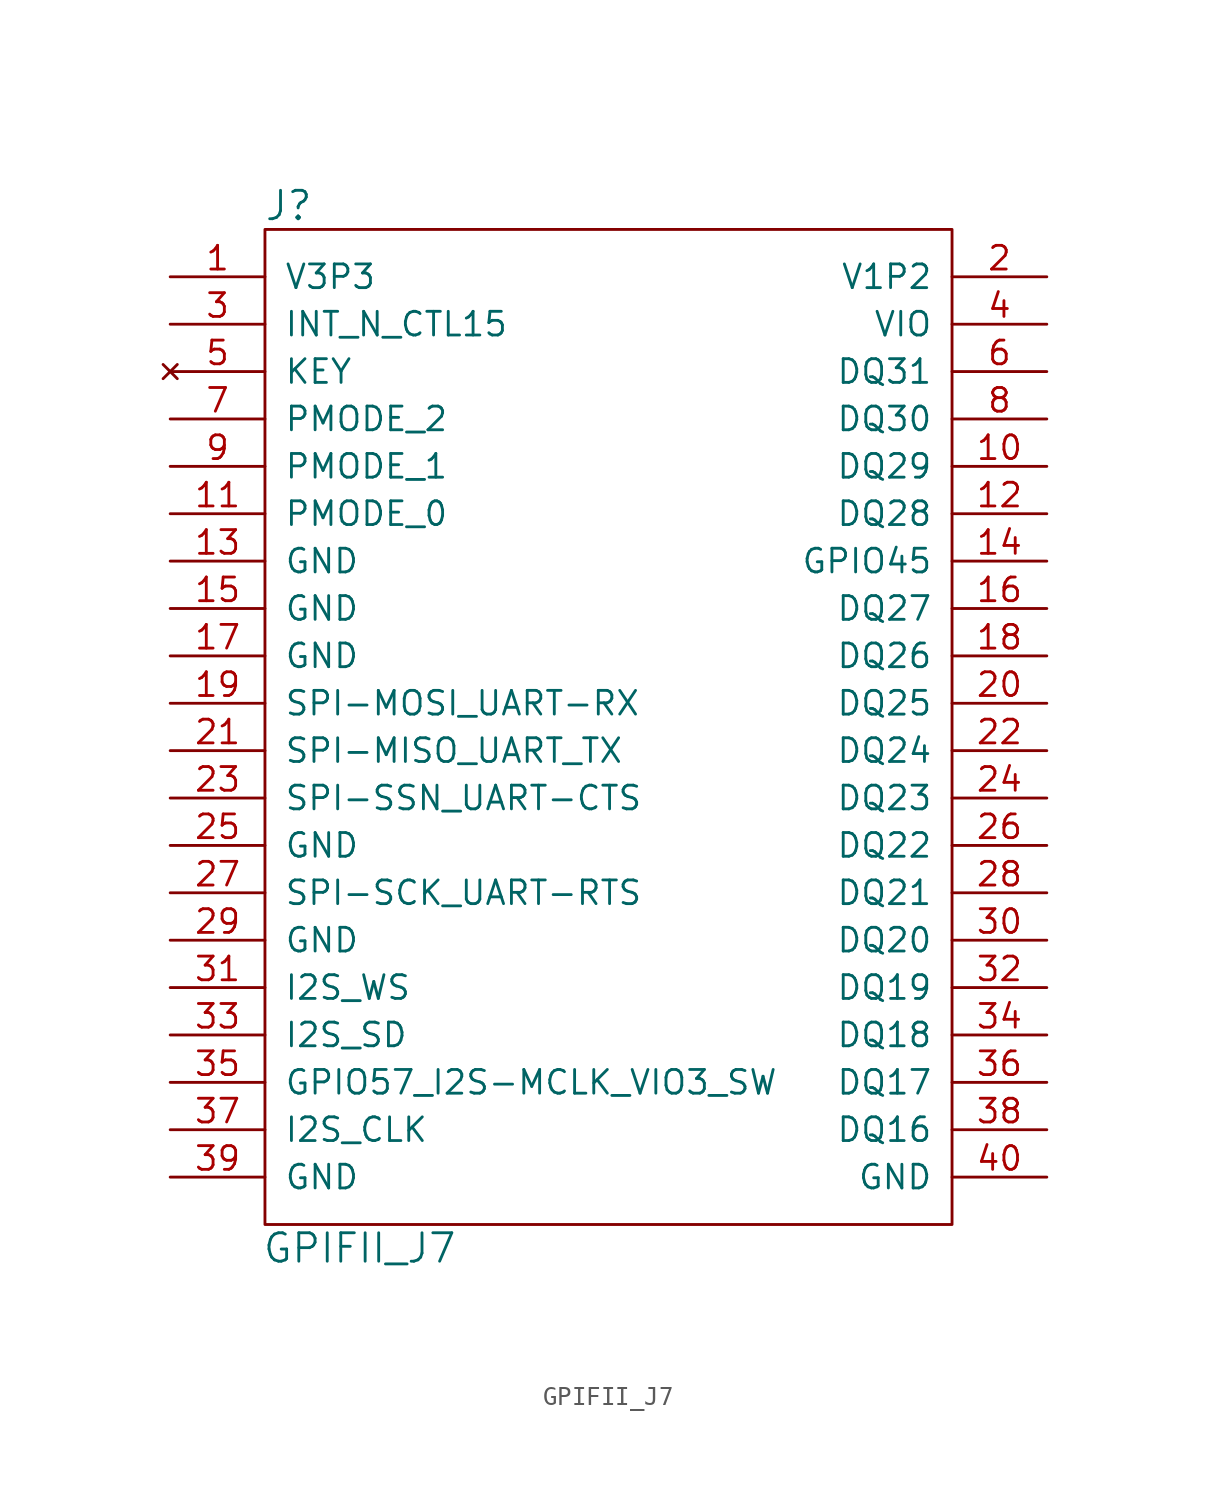
<source format=kicad_sym>
(kicad_symbol_lib
  (version 20220914)
  (generator kicad_symbol_editor)
  (symbol "GPIFII_J7"
    (pin_names
      (offset 1.016))
    (property "Reference" "J"
      (at -17.78 26.67 0)
      (effects (font (size 1.524 1.524))))
    (property "Value" "GPIFII_J7"
      (at -13.97 -29.21 0)
      (effects (font (size 1.524 1.524))))
    (symbol "GPIFII_J7_0_1"
      (rectangle (start -19.05 25.4) (end 17.78 -27.94) (stroke (width 0) (type solid)) (fill (type none))))
    (symbol "GPIFII_J7_1_1"
      (pin power_in line (at -24.13 22.86 0) (length 5.08) (name "V3P3" (effects (font (size 1.27 1.27)))) (number "1" (effects (font (size 1.27 1.27)))))
      (pin bidirectional line (at 22.86 12.7 180) (length 5.08) (name "DQ29" (effects (font (size 1.27 1.27)))) (number "10" (effects (font (size 1.27 1.27)))))
      (pin bidirectional line (at -24.13 10.16 0) (length 5.08) (name "PMODE_0" (effects (font (size 1.27 1.27)))) (number "11" (effects (font (size 1.27 1.27)))))
      (pin bidirectional line (at 22.86 10.16 180) (length 5.08) (name "DQ28" (effects (font (size 1.27 1.27)))) (number "12" (effects (font (size 1.27 1.27)))))
      (pin power_in line (at -24.13 7.62 0) (length 5.08) (name "GND" (effects (font (size 1.27 1.27)))) (number "13" (effects (font (size 1.27 1.27)))))
      (pin bidirectional line (at 22.86 7.62 180) (length 5.08) (name "GPIO45" (effects (font (size 1.27 1.27)))) (number "14" (effects (font (size 1.27 1.27)))))
      (pin power_in line (at -24.13 5.08 0) (length 5.08) (name "GND" (effects (font (size 1.27 1.27)))) (number "15" (effects (font (size 1.27 1.27)))))
      (pin bidirectional line (at 22.86 5.08 180) (length 5.08) (name "DQ27" (effects (font (size 1.27 1.27)))) (number "16" (effects (font (size 1.27 1.27)))))
      (pin power_in line (at -24.13 2.54 0) (length 5.08) (name "GND" (effects (font (size 1.27 1.27)))) (number "17" (effects (font (size 1.27 1.27)))))
      (pin bidirectional line (at 22.86 2.54 180) (length 5.08) (name "DQ26" (effects (font (size 1.27 1.27)))) (number "18" (effects (font (size 1.27 1.27)))))
      (pin bidirectional line (at -24.13 0 0) (length 5.08) (name "SPI-MOSI_UART-RX" (effects (font (size 1.27 1.27)))) (number "19" (effects (font (size 1.27 1.27)))))
      (pin power_in line (at 22.86 22.86 180) (length 5.08) (name "V1P2" (effects (font (size 1.27 1.27)))) (number "2" (effects (font (size 1.27 1.27)))))
      (pin bidirectional line (at 22.86 0 180) (length 5.08) (name "DQ25" (effects (font (size 1.27 1.27)))) (number "20" (effects (font (size 1.27 1.27)))))
      (pin bidirectional line (at -24.13 -2.54 0) (length 5.08) (name "SPI-MISO_UART_TX" (effects (font (size 1.27 1.27)))) (number "21" (effects (font (size 1.27 1.27)))))
      (pin bidirectional line (at 22.86 -2.54 180) (length 5.08) (name "DQ24" (effects (font (size 1.27 1.27)))) (number "22" (effects (font (size 1.27 1.27)))))
      (pin bidirectional line (at -24.13 -5.08 0) (length 5.08) (name "SPI-SSN_UART-CTS" (effects (font (size 1.27 1.27)))) (number "23" (effects (font (size 1.27 1.27)))))
      (pin bidirectional line (at 22.86 -5.08 180) (length 5.08) (name "DQ23" (effects (font (size 1.27 1.27)))) (number "24" (effects (font (size 1.27 1.27)))))
      (pin power_in line (at -24.13 -7.62 0) (length 5.08) (name "GND" (effects (font (size 1.27 1.27)))) (number "25" (effects (font (size 1.27 1.27)))))
      (pin bidirectional line (at 22.86 -7.62 180) (length 5.08) (name "DQ22" (effects (font (size 1.27 1.27)))) (number "26" (effects (font (size 1.27 1.27)))))
      (pin bidirectional line (at -24.13 -10.16 0) (length 5.08) (name "SPI-SCK_UART-RTS" (effects (font (size 1.27 1.27)))) (number "27" (effects (font (size 1.27 1.27)))))
      (pin bidirectional line (at 22.86 -10.16 180) (length 5.08) (name "DQ21" (effects (font (size 1.27 1.27)))) (number "28" (effects (font (size 1.27 1.27)))))
      (pin power_in line (at -24.13 -12.7 0) (length 5.08) (name "GND" (effects (font (size 1.27 1.27)))) (number "29" (effects (font (size 1.27 1.27)))))
      (pin bidirectional line (at -24.13 20.32 0) (length 5.08) (name "INT_N_CTL15" (effects (font (size 1.27 1.27)))) (number "3" (effects (font (size 1.27 1.27)))))
      (pin bidirectional line (at 22.86 -12.7 180) (length 5.08) (name "DQ20" (effects (font (size 1.27 1.27)))) (number "30" (effects (font (size 1.27 1.27)))))
      (pin bidirectional line (at -24.13 -15.24 0) (length 5.08) (name "I2S_WS" (effects (font (size 1.27 1.27)))) (number "31" (effects (font (size 1.27 1.27)))))
      (pin bidirectional line (at 22.86 -15.24 180) (length 5.08) (name "DQ19" (effects (font (size 1.27 1.27)))) (number "32" (effects (font (size 1.27 1.27)))))
      (pin bidirectional line (at -24.13 -17.78 0) (length 5.08) (name "I2S_SD" (effects (font (size 1.27 1.27)))) (number "33" (effects (font (size 1.27 1.27)))))
      (pin bidirectional line (at 22.86 -17.78 180) (length 5.08) (name "DQ18" (effects (font (size 1.27 1.27)))) (number "34" (effects (font (size 1.27 1.27)))))
      (pin bidirectional line (at -24.13 -20.32 0) (length 5.08) (name "GPIO57_I2S-MCLK_VIO3_SW" (effects (font (size 1.27 1.27)))) (number "35" (effects (font (size 1.27 1.27)))))
      (pin bidirectional line (at 22.86 -20.32 180) (length 5.08) (name "DQ17" (effects (font (size 1.27 1.27)))) (number "36" (effects (font (size 1.27 1.27)))))
      (pin bidirectional line (at -24.13 -22.86 0) (length 5.08) (name "I2S_CLK" (effects (font (size 1.27 1.27)))) (number "37" (effects (font (size 1.27 1.27)))))
      (pin bidirectional line (at 22.86 -22.86 180) (length 5.08) (name "DQ16" (effects (font (size 1.27 1.27)))) (number "38" (effects (font (size 1.27 1.27)))))
      (pin power_in line (at -24.13 -25.4 0) (length 5.08) (name "GND" (effects (font (size 1.27 1.27)))) (number "39" (effects (font (size 1.27 1.27)))))
      (pin power_out line (at 22.86 20.32 180) (length 5.08) (name "VIO" (effects (font (size 1.27 1.27)))) (number "4" (effects (font (size 1.27 1.27)))))
      (pin power_in line (at 22.86 -25.4 180) (length 5.08) (name "GND" (effects (font (size 1.27 1.27)))) (number "40" (effects (font (size 1.27 1.27)))))
      (pin no_connect line (at -24.13 17.78 0) (length 5.08) (name "KEY" (effects (font (size 1.27 1.27)))) (number "5" (effects (font (size 1.27 1.27)))))
      (pin bidirectional line (at 22.86 17.78 180) (length 5.08) (name "DQ31" (effects (font (size 1.27 1.27)))) (number "6" (effects (font (size 1.27 1.27)))))
      (pin bidirectional line (at -24.13 15.24 0) (length 5.08) (name "PMODE_2" (effects (font (size 1.27 1.27)))) (number "7" (effects (font (size 1.27 1.27)))))
      (pin bidirectional line (at 22.86 15.24 180) (length 5.08) (name "DQ30" (effects (font (size 1.27 1.27)))) (number "8" (effects (font (size 1.27 1.27)))))
      (pin bidirectional line (at -24.13 12.7 0) (length 5.08) (name "PMODE_1" (effects (font (size 1.27 1.27)))) (number "9" (effects (font (size 1.27 1.27))))))))
</source>
